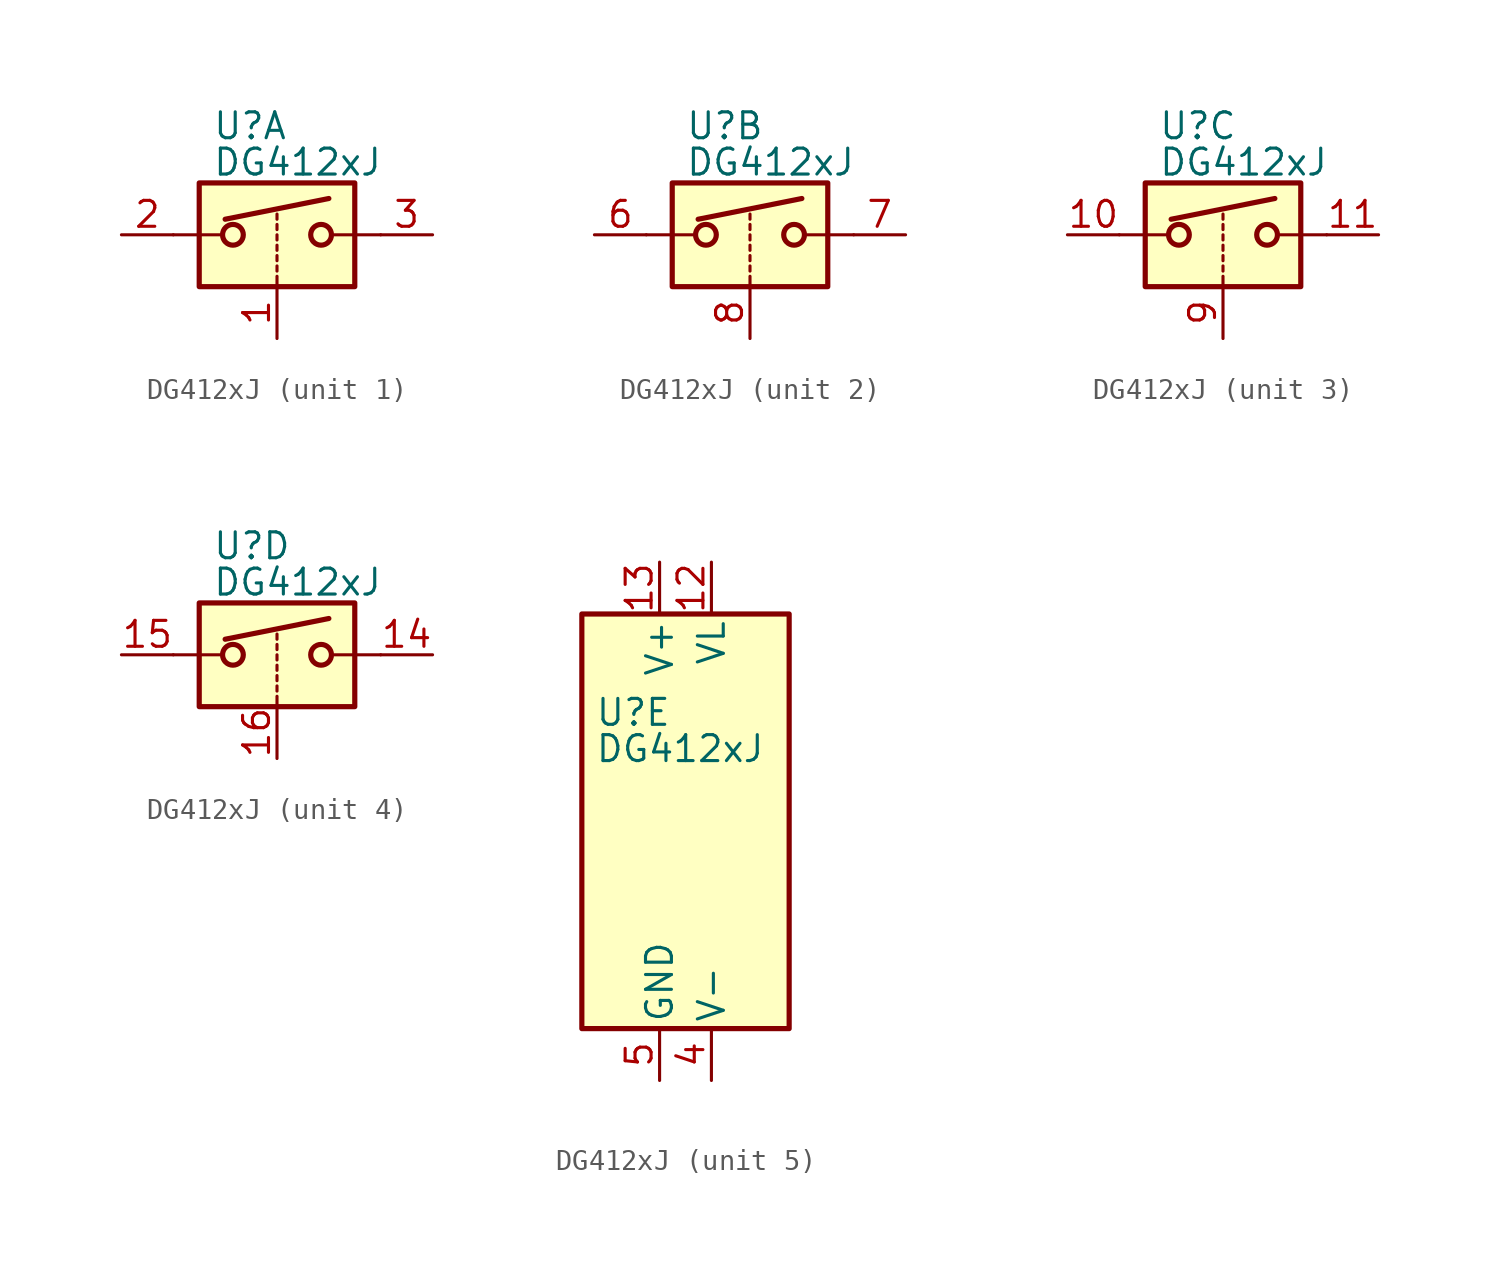
<source format=kicad_sym>
(kicad_symbol_lib
  (version 20211014)
  (generator kicad_symbol_editor)
  (symbol "DG412xJ"
    (pin_names
      (offset 0.254))
    (property "Reference" "U"
      (at -3.175 5.334 0)
      (effects (font (size 1.27 1.27)) (justify left)))
    (property "Value" "DG412xJ"
      (at -3.175 3.556 0)
      (effects (font (size 1.27 1.27)) (justify left)))
    (symbol "DG412xJ_1_1"
      (rectangle (start -3.81 2.54) (end 3.81 -2.54) (stroke (width 0.254) (type default) (color 0 0 0 0)) (fill (type background)))
      (circle (center -2.159 0) (radius 0.508) (stroke (width 0.254) (type default) (color 0 0 0 0)) (fill (type none)))
      (polyline (pts (xy -5.08 0) (xy -2.794 0)) (stroke (width 0) (type default) (color 0 0 0 0)) (fill (type none)))
      (polyline (pts (xy -2.54 0.762) (xy 2.54 1.778)) (stroke (width 0.254) (type default) (color 0 0 0 0)) (fill (type none)))
      (polyline (pts (xy 0 -2.54) (xy 0 -2.032)) (stroke (width 0) (type default) (color 0 0 0 0)) (fill (type none)))
      (polyline (pts (xy 0 -1.778) (xy 0 -1.524)) (stroke (width 0) (type default) (color 0 0 0 0)) (fill (type none)))
      (polyline (pts (xy 0 -1.27) (xy 0 -1.016)) (stroke (width 0) (type default) (color 0 0 0 0)) (fill (type none)))
      (polyline (pts (xy 0 -0.762) (xy 0 -0.508)) (stroke (width 0) (type default) (color 0 0 0 0)) (fill (type none)))
      (polyline (pts (xy 0 -0.254) (xy 0 0)) (stroke (width 0) (type default) (color 0 0 0 0)) (fill (type none)))
      (polyline (pts (xy 0 0.254) (xy 0 0.508)) (stroke (width 0) (type default) (color 0 0 0 0)) (fill (type none)))
      (polyline (pts (xy 0 0.762) (xy 0 1.016)) (stroke (width 0) (type default) (color 0 0 0 0)) (fill (type none)))
      (polyline (pts (xy 5.08 0) (xy 2.794 0)) (stroke (width 0) (type default) (color 0 0 0 0)) (fill (type none)))
      (circle (center 2.159 0) (radius 0.508) (stroke (width 0.254) (type default) (color 0 0 0 0)) (fill (type none)))
      (pin input line (at 0 -5.08 90) (length 2.54) (name "~" (effects (font (size 1.27 1.27)))) (number "1" (effects (font (size 1.27 1.27)))))
      (pin passive line (at -7.62 0 0) (length 2.54) (name "~" (effects (font (size 1.27 1.27)))) (number "2" (effects (font (size 1.27 1.27)))))
      (pin passive line (at 7.62 0 180) (length 2.54) (name "~" (effects (font (size 1.27 1.27)))) (number "3" (effects (font (size 1.27 1.27))))))
    (symbol "DG412xJ_2_1"
      (rectangle (start -3.81 2.54) (end 3.81 -2.54) (stroke (width 0.254) (type default) (color 0 0 0 0)) (fill (type background)))
      (circle (center -2.159 0) (radius 0.508) (stroke (width 0.254) (type default) (color 0 0 0 0)) (fill (type none)))
      (polyline (pts (xy -5.08 0) (xy -2.794 0)) (stroke (width 0) (type default) (color 0 0 0 0)) (fill (type none)))
      (polyline (pts (xy -2.54 0.762) (xy 2.54 1.778)) (stroke (width 0.254) (type default) (color 0 0 0 0)) (fill (type none)))
      (polyline (pts (xy 0 -2.54) (xy 0 -2.032)) (stroke (width 0) (type default) (color 0 0 0 0)) (fill (type none)))
      (polyline (pts (xy 0 -1.778) (xy 0 -1.524)) (stroke (width 0) (type default) (color 0 0 0 0)) (fill (type none)))
      (polyline (pts (xy 0 -1.27) (xy 0 -1.016)) (stroke (width 0) (type default) (color 0 0 0 0)) (fill (type none)))
      (polyline (pts (xy 0 -0.762) (xy 0 -0.508)) (stroke (width 0) (type default) (color 0 0 0 0)) (fill (type none)))
      (polyline (pts (xy 0 -0.254) (xy 0 0)) (stroke (width 0) (type default) (color 0 0 0 0)) (fill (type none)))
      (polyline (pts (xy 0 0.254) (xy 0 0.508)) (stroke (width 0) (type default) (color 0 0 0 0)) (fill (type none)))
      (polyline (pts (xy 0 0.762) (xy 0 1.016)) (stroke (width 0) (type default) (color 0 0 0 0)) (fill (type none)))
      (polyline (pts (xy 5.08 0) (xy 2.794 0)) (stroke (width 0) (type default) (color 0 0 0 0)) (fill (type none)))
      (circle (center 2.159 0) (radius 0.508) (stroke (width 0.254) (type default) (color 0 0 0 0)) (fill (type none)))
      (pin passive line (at -7.62 0 0) (length 2.54) (name "~" (effects (font (size 1.27 1.27)))) (number "6" (effects (font (size 1.27 1.27)))))
      (pin passive line (at 7.62 0 180) (length 2.54) (name "~" (effects (font (size 1.27 1.27)))) (number "7" (effects (font (size 1.27 1.27)))))
      (pin input line (at 0 -5.08 90) (length 2.54) (name "~" (effects (font (size 1.27 1.27)))) (number "8" (effects (font (size 1.27 1.27))))))
    (symbol "DG412xJ_3_1"
      (rectangle (start -3.81 2.54) (end 3.81 -2.54) (stroke (width 0.254) (type default) (color 0 0 0 0)) (fill (type background)))
      (circle (center -2.159 0) (radius 0.508) (stroke (width 0.254) (type default) (color 0 0 0 0)) (fill (type none)))
      (polyline (pts (xy -5.08 0) (xy -2.794 0)) (stroke (width 0) (type default) (color 0 0 0 0)) (fill (type none)))
      (polyline (pts (xy -2.54 0.762) (xy 2.54 1.778)) (stroke (width 0.254) (type default) (color 0 0 0 0)) (fill (type none)))
      (polyline (pts (xy 0 -2.54) (xy 0 -2.032)) (stroke (width 0) (type default) (color 0 0 0 0)) (fill (type none)))
      (polyline (pts (xy 0 -1.778) (xy 0 -1.524)) (stroke (width 0) (type default) (color 0 0 0 0)) (fill (type none)))
      (polyline (pts (xy 0 -1.27) (xy 0 -1.016)) (stroke (width 0) (type default) (color 0 0 0 0)) (fill (type none)))
      (polyline (pts (xy 0 -0.762) (xy 0 -0.508)) (stroke (width 0) (type default) (color 0 0 0 0)) (fill (type none)))
      (polyline (pts (xy 0 -0.254) (xy 0 0)) (stroke (width 0) (type default) (color 0 0 0 0)) (fill (type none)))
      (polyline (pts (xy 0 0.254) (xy 0 0.508)) (stroke (width 0) (type default) (color 0 0 0 0)) (fill (type none)))
      (polyline (pts (xy 0 0.762) (xy 0 1.016)) (stroke (width 0) (type default) (color 0 0 0 0)) (fill (type none)))
      (polyline (pts (xy 5.08 0) (xy 2.794 0)) (stroke (width 0) (type default) (color 0 0 0 0)) (fill (type none)))
      (circle (center 2.159 0) (radius 0.508) (stroke (width 0.254) (type default) (color 0 0 0 0)) (fill (type none)))
      (pin passive line (at -7.62 0 0) (length 2.54) (name "~" (effects (font (size 1.27 1.27)))) (number "10" (effects (font (size 1.27 1.27)))))
      (pin passive line (at 7.62 0 180) (length 2.54) (name "~" (effects (font (size 1.27 1.27)))) (number "11" (effects (font (size 1.27 1.27)))))
      (pin input line (at 0 -5.08 90) (length 2.54) (name "~" (effects (font (size 1.27 1.27)))) (number "9" (effects (font (size 1.27 1.27))))))
    (symbol "DG412xJ_4_1"
      (rectangle (start -3.81 2.54) (end 3.81 -2.54) (stroke (width 0.254) (type default) (color 0 0 0 0)) (fill (type background)))
      (circle (center -2.159 0) (radius 0.508) (stroke (width 0.254) (type default) (color 0 0 0 0)) (fill (type none)))
      (polyline (pts (xy -5.08 0) (xy -2.794 0)) (stroke (width 0) (type default) (color 0 0 0 0)) (fill (type none)))
      (polyline (pts (xy -2.54 0.762) (xy 2.54 1.778)) (stroke (width 0.254) (type default) (color 0 0 0 0)) (fill (type none)))
      (polyline (pts (xy 0 -2.54) (xy 0 -2.032)) (stroke (width 0) (type default) (color 0 0 0 0)) (fill (type none)))
      (polyline (pts (xy 0 -1.778) (xy 0 -1.524)) (stroke (width 0) (type default) (color 0 0 0 0)) (fill (type none)))
      (polyline (pts (xy 0 -1.27) (xy 0 -1.016)) (stroke (width 0) (type default) (color 0 0 0 0)) (fill (type none)))
      (polyline (pts (xy 0 -0.762) (xy 0 -0.508)) (stroke (width 0) (type default) (color 0 0 0 0)) (fill (type none)))
      (polyline (pts (xy 0 -0.254) (xy 0 0)) (stroke (width 0) (type default) (color 0 0 0 0)) (fill (type none)))
      (polyline (pts (xy 0 0.254) (xy 0 0.508)) (stroke (width 0) (type default) (color 0 0 0 0)) (fill (type none)))
      (polyline (pts (xy 0 0.762) (xy 0 1.016)) (stroke (width 0) (type default) (color 0 0 0 0)) (fill (type none)))
      (polyline (pts (xy 5.08 0) (xy 2.794 0)) (stroke (width 0) (type default) (color 0 0 0 0)) (fill (type none)))
      (circle (center 2.159 0) (radius 0.508) (stroke (width 0.254) (type default) (color 0 0 0 0)) (fill (type none)))
      (pin passive line (at 7.62 0 180) (length 2.54) (name "~" (effects (font (size 1.27 1.27)))) (number "14" (effects (font (size 1.27 1.27)))))
      (pin passive line (at -7.62 0 0) (length 2.54) (name "~" (effects (font (size 1.27 1.27)))) (number "15" (effects (font (size 1.27 1.27)))))
      (pin input line (at 0 -5.08 90) (length 2.54) (name "~" (effects (font (size 1.27 1.27)))) (number "16" (effects (font (size 1.27 1.27))))))
    (symbol "DG412xJ_5_0"
      (pin power_in line (at 2.54 12.7 270) (length 2.54) (name "VL" (effects (font (size 1.27 1.27)))) (number "12" (effects (font (size 1.27 1.27)))))
      (pin power_in line (at 0 12.7 270) (length 2.54) (name "V+" (effects (font (size 1.27 1.27)))) (number "13" (effects (font (size 1.27 1.27)))))
      (pin power_in line (at 2.54 -12.7 90) (length 2.54) (name "V-" (effects (font (size 1.27 1.27)))) (number "4" (effects (font (size 1.27 1.27)))))
      (pin power_in line (at 0 -12.7 90) (length 2.54) (name "GND" (effects (font (size 1.27 1.27)))) (number "5" (effects (font (size 1.27 1.27))))))
    (symbol "DG412xJ_5_1"
      (rectangle (start -3.81 10.16) (end 6.35 -10.16) (stroke (width 0.254) (type default) (color 0 0 0 0)) (fill (type background))))))
</source>
